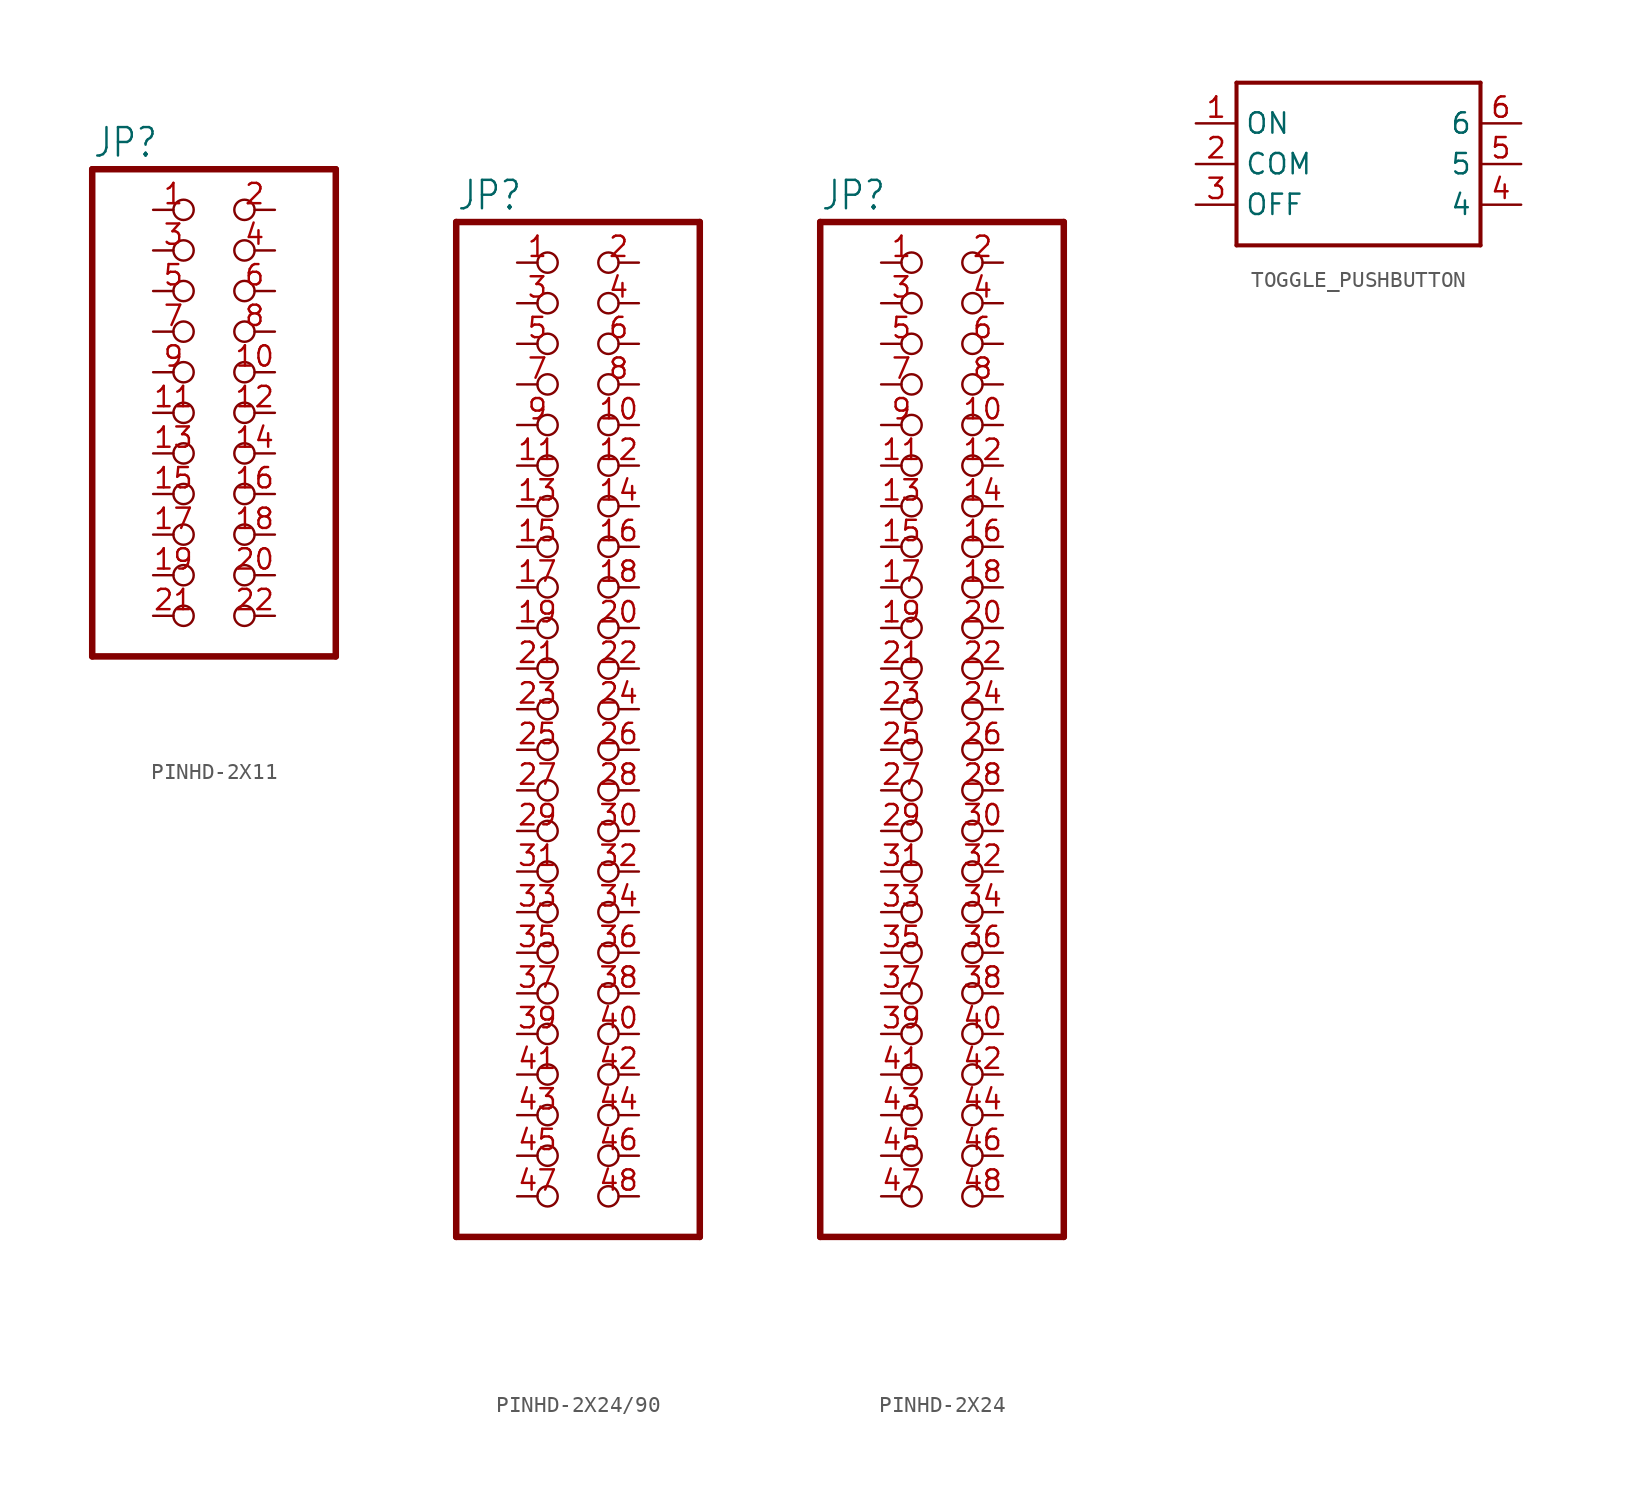
<source format=kicad_sym>
(kicad_symbol_lib
  (version 20231120)
  (generator "kicad_symbol_editor")
  (generator_version "8.0")
  (symbol "PINHD-2X11"
    (property "Reference" "JP"
      (at -6.35 15.875 0)
      (effects (font (size 1.778 1.511)) (justify left bottom)))
    (property "Value" ""
      (at -6.35 -17.78 0)
      (effects (font (size 1.778 1.511)) (justify left bottom)))
    (property "ki_locked" ""
      (at 0 0 0)
      (effects (font (size 1.27 1.27))))
    (symbol "PINHD-2X11_1_0"
      (polyline (pts (xy -6.35 -15.24) (xy 8.89 -15.24)) (stroke (width 0.406) (type solid)) (fill (type none)))
      (polyline (pts (xy -6.35 15.24) (xy -6.35 -15.24)) (stroke (width 0.406) (type solid)) (fill (type none)))
      (polyline (pts (xy 8.89 -15.24) (xy 8.89 15.24)) (stroke (width 0.406) (type solid)) (fill (type none)))
      (polyline (pts (xy 8.89 15.24) (xy -6.35 15.24)) (stroke (width 0.406) (type solid)) (fill (type none)))
      (pin passive inverted (at -2.54 12.7 0) (length 2.54) (name "1" (effects (font (size 0 0)))) (number "1" (effects (font (size 1.27 1.27)))))
      (pin passive inverted (at 5.08 2.54 180) (length 2.54) (name "10" (effects (font (size 0 0)))) (number "10" (effects (font (size 1.27 1.27)))))
      (pin passive inverted (at -2.54 0 0) (length 2.54) (name "11" (effects (font (size 0 0)))) (number "11" (effects (font (size 1.27 1.27)))))
      (pin passive inverted (at 5.08 0 180) (length 2.54) (name "12" (effects (font (size 0 0)))) (number "12" (effects (font (size 1.27 1.27)))))
      (pin passive inverted (at -2.54 -2.54 0) (length 2.54) (name "13" (effects (font (size 0 0)))) (number "13" (effects (font (size 1.27 1.27)))))
      (pin passive inverted (at 5.08 -2.54 180) (length 2.54) (name "14" (effects (font (size 0 0)))) (number "14" (effects (font (size 1.27 1.27)))))
      (pin passive inverted (at -2.54 -5.08 0) (length 2.54) (name "15" (effects (font (size 0 0)))) (number "15" (effects (font (size 1.27 1.27)))))
      (pin passive inverted (at 5.08 -5.08 180) (length 2.54) (name "16" (effects (font (size 0 0)))) (number "16" (effects (font (size 1.27 1.27)))))
      (pin passive inverted (at -2.54 -7.62 0) (length 2.54) (name "17" (effects (font (size 0 0)))) (number "17" (effects (font (size 1.27 1.27)))))
      (pin passive inverted (at 5.08 -7.62 180) (length 2.54) (name "18" (effects (font (size 0 0)))) (number "18" (effects (font (size 1.27 1.27)))))
      (pin passive inverted (at -2.54 -10.16 0) (length 2.54) (name "19" (effects (font (size 0 0)))) (number "19" (effects (font (size 1.27 1.27)))))
      (pin passive inverted (at 5.08 12.7 180) (length 2.54) (name "2" (effects (font (size 0 0)))) (number "2" (effects (font (size 1.27 1.27)))))
      (pin passive inverted (at 5.08 -10.16 180) (length 2.54) (name "20" (effects (font (size 0 0)))) (number "20" (effects (font (size 1.27 1.27)))))
      (pin passive inverted (at -2.54 -12.7 0) (length 2.54) (name "21" (effects (font (size 0 0)))) (number "21" (effects (font (size 1.27 1.27)))))
      (pin passive inverted (at 5.08 -12.7 180) (length 2.54) (name "22" (effects (font (size 0 0)))) (number "22" (effects (font (size 1.27 1.27)))))
      (pin passive inverted (at -2.54 10.16 0) (length 2.54) (name "3" (effects (font (size 0 0)))) (number "3" (effects (font (size 1.27 1.27)))))
      (pin passive inverted (at 5.08 10.16 180) (length 2.54) (name "4" (effects (font (size 0 0)))) (number "4" (effects (font (size 1.27 1.27)))))
      (pin passive inverted (at -2.54 7.62 0) (length 2.54) (name "5" (effects (font (size 0 0)))) (number "5" (effects (font (size 1.27 1.27)))))
      (pin passive inverted (at 5.08 7.62 180) (length 2.54) (name "6" (effects (font (size 0 0)))) (number "6" (effects (font (size 1.27 1.27)))))
      (pin passive inverted (at -2.54 5.08 0) (length 2.54) (name "7" (effects (font (size 0 0)))) (number "7" (effects (font (size 1.27 1.27)))))
      (pin passive inverted (at 5.08 5.08 180) (length 2.54) (name "8" (effects (font (size 0 0)))) (number "8" (effects (font (size 1.27 1.27)))))
      (pin passive inverted (at -2.54 2.54 0) (length 2.54) (name "9" (effects (font (size 0 0)))) (number "9" (effects (font (size 1.27 1.27)))))))
  (symbol "PINHD-2X24/90"
    (property "Reference" "JP"
      (at -6.35 31.115 0)
      (effects (font (size 1.778 1.511)) (justify left bottom)))
    (property "Value" ""
      (at -6.35 -35.56 0)
      (effects (font (size 1.778 1.511)) (justify left bottom)))
    (property "ki_locked" ""
      (at 0 0 0)
      (effects (font (size 1.27 1.27))))
    (symbol "PINHD-2X24/90_1_0"
      (polyline (pts (xy -6.35 -33.02) (xy 8.89 -33.02)) (stroke (width 0.406) (type solid)) (fill (type none)))
      (polyline (pts (xy -6.35 30.48) (xy -6.35 -33.02)) (stroke (width 0.406) (type solid)) (fill (type none)))
      (polyline (pts (xy 8.89 -33.02) (xy 8.89 30.48)) (stroke (width 0.406) (type solid)) (fill (type none)))
      (polyline (pts (xy 8.89 30.48) (xy -6.35 30.48)) (stroke (width 0.406) (type solid)) (fill (type none)))
      (pin passive inverted (at -2.54 27.94 0) (length 2.54) (name "1" (effects (font (size 0 0)))) (number "1" (effects (font (size 1.27 1.27)))))
      (pin passive inverted (at 5.08 17.78 180) (length 2.54) (name "10" (effects (font (size 0 0)))) (number "10" (effects (font (size 1.27 1.27)))))
      (pin passive inverted (at -2.54 15.24 0) (length 2.54) (name "11" (effects (font (size 0 0)))) (number "11" (effects (font (size 1.27 1.27)))))
      (pin passive inverted (at 5.08 15.24 180) (length 2.54) (name "12" (effects (font (size 0 0)))) (number "12" (effects (font (size 1.27 1.27)))))
      (pin passive inverted (at -2.54 12.7 0) (length 2.54) (name "13" (effects (font (size 0 0)))) (number "13" (effects (font (size 1.27 1.27)))))
      (pin passive inverted (at 5.08 12.7 180) (length 2.54) (name "14" (effects (font (size 0 0)))) (number "14" (effects (font (size 1.27 1.27)))))
      (pin passive inverted (at -2.54 10.16 0) (length 2.54) (name "15" (effects (font (size 0 0)))) (number "15" (effects (font (size 1.27 1.27)))))
      (pin passive inverted (at 5.08 10.16 180) (length 2.54) (name "16" (effects (font (size 0 0)))) (number "16" (effects (font (size 1.27 1.27)))))
      (pin passive inverted (at -2.54 7.62 0) (length 2.54) (name "17" (effects (font (size 0 0)))) (number "17" (effects (font (size 1.27 1.27)))))
      (pin passive inverted (at 5.08 7.62 180) (length 2.54) (name "18" (effects (font (size 0 0)))) (number "18" (effects (font (size 1.27 1.27)))))
      (pin passive inverted (at -2.54 5.08 0) (length 2.54) (name "19" (effects (font (size 0 0)))) (number "19" (effects (font (size 1.27 1.27)))))
      (pin passive inverted (at 5.08 27.94 180) (length 2.54) (name "2" (effects (font (size 0 0)))) (number "2" (effects (font (size 1.27 1.27)))))
      (pin passive inverted (at 5.08 5.08 180) (length 2.54) (name "20" (effects (font (size 0 0)))) (number "20" (effects (font (size 1.27 1.27)))))
      (pin passive inverted (at -2.54 2.54 0) (length 2.54) (name "21" (effects (font (size 0 0)))) (number "21" (effects (font (size 1.27 1.27)))))
      (pin passive inverted (at 5.08 2.54 180) (length 2.54) (name "22" (effects (font (size 0 0)))) (number "22" (effects (font (size 1.27 1.27)))))
      (pin passive inverted (at -2.54 0 0) (length 2.54) (name "23" (effects (font (size 0 0)))) (number "23" (effects (font (size 1.27 1.27)))))
      (pin passive inverted (at 5.08 0 180) (length 2.54) (name "24" (effects (font (size 0 0)))) (number "24" (effects (font (size 1.27 1.27)))))
      (pin passive inverted (at -2.54 -2.54 0) (length 2.54) (name "25" (effects (font (size 0 0)))) (number "25" (effects (font (size 1.27 1.27)))))
      (pin passive inverted (at 5.08 -2.54 180) (length 2.54) (name "26" (effects (font (size 0 0)))) (number "26" (effects (font (size 1.27 1.27)))))
      (pin passive inverted (at -2.54 -5.08 0) (length 2.54) (name "27" (effects (font (size 0 0)))) (number "27" (effects (font (size 1.27 1.27)))))
      (pin passive inverted (at 5.08 -5.08 180) (length 2.54) (name "28" (effects (font (size 0 0)))) (number "28" (effects (font (size 1.27 1.27)))))
      (pin passive inverted (at -2.54 -7.62 0) (length 2.54) (name "29" (effects (font (size 0 0)))) (number "29" (effects (font (size 1.27 1.27)))))
      (pin passive inverted (at -2.54 25.4 0) (length 2.54) (name "3" (effects (font (size 0 0)))) (number "3" (effects (font (size 1.27 1.27)))))
      (pin passive inverted (at 5.08 -7.62 180) (length 2.54) (name "30" (effects (font (size 0 0)))) (number "30" (effects (font (size 1.27 1.27)))))
      (pin passive inverted (at -2.54 -10.16 0) (length 2.54) (name "31" (effects (font (size 0 0)))) (number "31" (effects (font (size 1.27 1.27)))))
      (pin passive inverted (at 5.08 -10.16 180) (length 2.54) (name "32" (effects (font (size 0 0)))) (number "32" (effects (font (size 1.27 1.27)))))
      (pin passive inverted (at -2.54 -12.7 0) (length 2.54) (name "33" (effects (font (size 0 0)))) (number "33" (effects (font (size 1.27 1.27)))))
      (pin passive inverted (at 5.08 -12.7 180) (length 2.54) (name "34" (effects (font (size 0 0)))) (number "34" (effects (font (size 1.27 1.27)))))
      (pin passive inverted (at -2.54 -15.24 0) (length 2.54) (name "35" (effects (font (size 0 0)))) (number "35" (effects (font (size 1.27 1.27)))))
      (pin passive inverted (at 5.08 -15.24 180) (length 2.54) (name "36" (effects (font (size 0 0)))) (number "36" (effects (font (size 1.27 1.27)))))
      (pin passive inverted (at -2.54 -17.78 0) (length 2.54) (name "37" (effects (font (size 0 0)))) (number "37" (effects (font (size 1.27 1.27)))))
      (pin passive inverted (at 5.08 -17.78 180) (length 2.54) (name "38" (effects (font (size 0 0)))) (number "38" (effects (font (size 1.27 1.27)))))
      (pin passive inverted (at -2.54 -20.32 0) (length 2.54) (name "39" (effects (font (size 0 0)))) (number "39" (effects (font (size 1.27 1.27)))))
      (pin passive inverted (at 5.08 25.4 180) (length 2.54) (name "4" (effects (font (size 0 0)))) (number "4" (effects (font (size 1.27 1.27)))))
      (pin passive inverted (at 5.08 -20.32 180) (length 2.54) (name "40" (effects (font (size 0 0)))) (number "40" (effects (font (size 1.27 1.27)))))
      (pin passive inverted (at -2.54 -22.86 0) (length 2.54) (name "41" (effects (font (size 0 0)))) (number "41" (effects (font (size 1.27 1.27)))))
      (pin passive inverted (at 5.08 -22.86 180) (length 2.54) (name "42" (effects (font (size 0 0)))) (number "42" (effects (font (size 1.27 1.27)))))
      (pin passive inverted (at -2.54 -25.4 0) (length 2.54) (name "43" (effects (font (size 0 0)))) (number "43" (effects (font (size 1.27 1.27)))))
      (pin passive inverted (at 5.08 -25.4 180) (length 2.54) (name "44" (effects (font (size 0 0)))) (number "44" (effects (font (size 1.27 1.27)))))
      (pin passive inverted (at -2.54 -27.94 0) (length 2.54) (name "45" (effects (font (size 0 0)))) (number "45" (effects (font (size 1.27 1.27)))))
      (pin passive inverted (at 5.08 -27.94 180) (length 2.54) (name "46" (effects (font (size 0 0)))) (number "46" (effects (font (size 1.27 1.27)))))
      (pin passive inverted (at -2.54 -30.48 0) (length 2.54) (name "47" (effects (font (size 0 0)))) (number "47" (effects (font (size 1.27 1.27)))))
      (pin passive inverted (at 5.08 -30.48 180) (length 2.54) (name "48" (effects (font (size 0 0)))) (number "48" (effects (font (size 1.27 1.27)))))
      (pin passive inverted (at -2.54 22.86 0) (length 2.54) (name "5" (effects (font (size 0 0)))) (number "5" (effects (font (size 1.27 1.27)))))
      (pin passive inverted (at 5.08 22.86 180) (length 2.54) (name "6" (effects (font (size 0 0)))) (number "6" (effects (font (size 1.27 1.27)))))
      (pin passive inverted (at -2.54 20.32 0) (length 2.54) (name "7" (effects (font (size 0 0)))) (number "7" (effects (font (size 1.27 1.27)))))
      (pin passive inverted (at 5.08 20.32 180) (length 2.54) (name "8" (effects (font (size 0 0)))) (number "8" (effects (font (size 1.27 1.27)))))
      (pin passive inverted (at -2.54 17.78 0) (length 2.54) (name "9" (effects (font (size 0 0)))) (number "9" (effects (font (size 1.27 1.27)))))))
  (symbol "PINHD-2X24"
    (property "Reference" "JP"
      (at -6.35 31.115 0)
      (effects (font (size 1.778 1.511)) (justify left bottom)))
    (property "Value" ""
      (at -6.35 -35.56 0)
      (effects (font (size 1.778 1.511)) (justify left bottom)))
    (property "ki_locked" ""
      (at 0 0 0)
      (effects (font (size 1.27 1.27))))
    (symbol "PINHD-2X24_1_0"
      (polyline (pts (xy -6.35 -33.02) (xy 8.89 -33.02)) (stroke (width 0.406) (type solid)) (fill (type none)))
      (polyline (pts (xy -6.35 30.48) (xy -6.35 -33.02)) (stroke (width 0.406) (type solid)) (fill (type none)))
      (polyline (pts (xy 8.89 -33.02) (xy 8.89 30.48)) (stroke (width 0.406) (type solid)) (fill (type none)))
      (polyline (pts (xy 8.89 30.48) (xy -6.35 30.48)) (stroke (width 0.406) (type solid)) (fill (type none)))
      (pin passive inverted (at -2.54 27.94 0) (length 2.54) (name "1" (effects (font (size 0 0)))) (number "1" (effects (font (size 1.27 1.27)))))
      (pin passive inverted (at 5.08 17.78 180) (length 2.54) (name "10" (effects (font (size 0 0)))) (number "10" (effects (font (size 1.27 1.27)))))
      (pin passive inverted (at -2.54 15.24 0) (length 2.54) (name "11" (effects (font (size 0 0)))) (number "11" (effects (font (size 1.27 1.27)))))
      (pin passive inverted (at 5.08 15.24 180) (length 2.54) (name "12" (effects (font (size 0 0)))) (number "12" (effects (font (size 1.27 1.27)))))
      (pin passive inverted (at -2.54 12.7 0) (length 2.54) (name "13" (effects (font (size 0 0)))) (number "13" (effects (font (size 1.27 1.27)))))
      (pin passive inverted (at 5.08 12.7 180) (length 2.54) (name "14" (effects (font (size 0 0)))) (number "14" (effects (font (size 1.27 1.27)))))
      (pin passive inverted (at -2.54 10.16 0) (length 2.54) (name "15" (effects (font (size 0 0)))) (number "15" (effects (font (size 1.27 1.27)))))
      (pin passive inverted (at 5.08 10.16 180) (length 2.54) (name "16" (effects (font (size 0 0)))) (number "16" (effects (font (size 1.27 1.27)))))
      (pin passive inverted (at -2.54 7.62 0) (length 2.54) (name "17" (effects (font (size 0 0)))) (number "17" (effects (font (size 1.27 1.27)))))
      (pin passive inverted (at 5.08 7.62 180) (length 2.54) (name "18" (effects (font (size 0 0)))) (number "18" (effects (font (size 1.27 1.27)))))
      (pin passive inverted (at -2.54 5.08 0) (length 2.54) (name "19" (effects (font (size 0 0)))) (number "19" (effects (font (size 1.27 1.27)))))
      (pin passive inverted (at 5.08 27.94 180) (length 2.54) (name "2" (effects (font (size 0 0)))) (number "2" (effects (font (size 1.27 1.27)))))
      (pin passive inverted (at 5.08 5.08 180) (length 2.54) (name "20" (effects (font (size 0 0)))) (number "20" (effects (font (size 1.27 1.27)))))
      (pin passive inverted (at -2.54 2.54 0) (length 2.54) (name "21" (effects (font (size 0 0)))) (number "21" (effects (font (size 1.27 1.27)))))
      (pin passive inverted (at 5.08 2.54 180) (length 2.54) (name "22" (effects (font (size 0 0)))) (number "22" (effects (font (size 1.27 1.27)))))
      (pin passive inverted (at -2.54 0 0) (length 2.54) (name "23" (effects (font (size 0 0)))) (number "23" (effects (font (size 1.27 1.27)))))
      (pin passive inverted (at 5.08 0 180) (length 2.54) (name "24" (effects (font (size 0 0)))) (number "24" (effects (font (size 1.27 1.27)))))
      (pin passive inverted (at -2.54 -2.54 0) (length 2.54) (name "25" (effects (font (size 0 0)))) (number "25" (effects (font (size 1.27 1.27)))))
      (pin passive inverted (at 5.08 -2.54 180) (length 2.54) (name "26" (effects (font (size 0 0)))) (number "26" (effects (font (size 1.27 1.27)))))
      (pin passive inverted (at -2.54 -5.08 0) (length 2.54) (name "27" (effects (font (size 0 0)))) (number "27" (effects (font (size 1.27 1.27)))))
      (pin passive inverted (at 5.08 -5.08 180) (length 2.54) (name "28" (effects (font (size 0 0)))) (number "28" (effects (font (size 1.27 1.27)))))
      (pin passive inverted (at -2.54 -7.62 0) (length 2.54) (name "29" (effects (font (size 0 0)))) (number "29" (effects (font (size 1.27 1.27)))))
      (pin passive inverted (at -2.54 25.4 0) (length 2.54) (name "3" (effects (font (size 0 0)))) (number "3" (effects (font (size 1.27 1.27)))))
      (pin passive inverted (at 5.08 -7.62 180) (length 2.54) (name "30" (effects (font (size 0 0)))) (number "30" (effects (font (size 1.27 1.27)))))
      (pin passive inverted (at -2.54 -10.16 0) (length 2.54) (name "31" (effects (font (size 0 0)))) (number "31" (effects (font (size 1.27 1.27)))))
      (pin passive inverted (at 5.08 -10.16 180) (length 2.54) (name "32" (effects (font (size 0 0)))) (number "32" (effects (font (size 1.27 1.27)))))
      (pin passive inverted (at -2.54 -12.7 0) (length 2.54) (name "33" (effects (font (size 0 0)))) (number "33" (effects (font (size 1.27 1.27)))))
      (pin passive inverted (at 5.08 -12.7 180) (length 2.54) (name "34" (effects (font (size 0 0)))) (number "34" (effects (font (size 1.27 1.27)))))
      (pin passive inverted (at -2.54 -15.24 0) (length 2.54) (name "35" (effects (font (size 0 0)))) (number "35" (effects (font (size 1.27 1.27)))))
      (pin passive inverted (at 5.08 -15.24 180) (length 2.54) (name "36" (effects (font (size 0 0)))) (number "36" (effects (font (size 1.27 1.27)))))
      (pin passive inverted (at -2.54 -17.78 0) (length 2.54) (name "37" (effects (font (size 0 0)))) (number "37" (effects (font (size 1.27 1.27)))))
      (pin passive inverted (at 5.08 -17.78 180) (length 2.54) (name "38" (effects (font (size 0 0)))) (number "38" (effects (font (size 1.27 1.27)))))
      (pin passive inverted (at -2.54 -20.32 0) (length 2.54) (name "39" (effects (font (size 0 0)))) (number "39" (effects (font (size 1.27 1.27)))))
      (pin passive inverted (at 5.08 25.4 180) (length 2.54) (name "4" (effects (font (size 0 0)))) (number "4" (effects (font (size 1.27 1.27)))))
      (pin passive inverted (at 5.08 -20.32 180) (length 2.54) (name "40" (effects (font (size 0 0)))) (number "40" (effects (font (size 1.27 1.27)))))
      (pin passive inverted (at -2.54 -22.86 0) (length 2.54) (name "41" (effects (font (size 0 0)))) (number "41" (effects (font (size 1.27 1.27)))))
      (pin passive inverted (at 5.08 -22.86 180) (length 2.54) (name "42" (effects (font (size 0 0)))) (number "42" (effects (font (size 1.27 1.27)))))
      (pin passive inverted (at -2.54 -25.4 0) (length 2.54) (name "43" (effects (font (size 0 0)))) (number "43" (effects (font (size 1.27 1.27)))))
      (pin passive inverted (at 5.08 -25.4 180) (length 2.54) (name "44" (effects (font (size 0 0)))) (number "44" (effects (font (size 1.27 1.27)))))
      (pin passive inverted (at -2.54 -27.94 0) (length 2.54) (name "45" (effects (font (size 0 0)))) (number "45" (effects (font (size 1.27 1.27)))))
      (pin passive inverted (at 5.08 -27.94 180) (length 2.54) (name "46" (effects (font (size 0 0)))) (number "46" (effects (font (size 1.27 1.27)))))
      (pin passive inverted (at -2.54 -30.48 0) (length 2.54) (name "47" (effects (font (size 0 0)))) (number "47" (effects (font (size 1.27 1.27)))))
      (pin passive inverted (at 5.08 -30.48 180) (length 2.54) (name "48" (effects (font (size 0 0)))) (number "48" (effects (font (size 1.27 1.27)))))
      (pin passive inverted (at -2.54 22.86 0) (length 2.54) (name "5" (effects (font (size 0 0)))) (number "5" (effects (font (size 1.27 1.27)))))
      (pin passive inverted (at 5.08 22.86 180) (length 2.54) (name "6" (effects (font (size 0 0)))) (number "6" (effects (font (size 1.27 1.27)))))
      (pin passive inverted (at -2.54 20.32 0) (length 2.54) (name "7" (effects (font (size 0 0)))) (number "7" (effects (font (size 1.27 1.27)))))
      (pin passive inverted (at 5.08 20.32 180) (length 2.54) (name "8" (effects (font (size 0 0)))) (number "8" (effects (font (size 1.27 1.27)))))
      (pin passive inverted (at -2.54 17.78 0) (length 2.54) (name "9" (effects (font (size 0 0)))) (number "9" (effects (font (size 1.27 1.27)))))))
  (symbol "TOGGLE_PUSHBUTTON"
    (property "Reference" ""
      (at 0 0 0)
      (effects (font (size 1.27 1.27)) (hide yes)))
    (property "ki_locked" ""
      (at 0 0 0)
      (effects (font (size 1.27 1.27))))
    (symbol "TOGGLE_PUSHBUTTON_1_0"
      (polyline (pts (xy -5.08 -5.08) (xy 10.16 -5.08)) (stroke (width 0.254) (type solid)) (fill (type none)))
      (polyline (pts (xy -5.08 5.08) (xy -5.08 -5.08)) (stroke (width 0.254) (type solid)) (fill (type none)))
      (polyline (pts (xy 10.16 -5.08) (xy 10.16 5.08)) (stroke (width 0.254) (type solid)) (fill (type none)))
      (polyline (pts (xy 10.16 5.08) (xy -5.08 5.08)) (stroke (width 0.254) (type solid)) (fill (type none)))
      (pin bidirectional line (at -7.62 2.54 0) (length 2.54) (name "ON" (effects (font (size 1.27 1.27)))) (number "1" (effects (font (size 1.27 1.27)))))
      (pin bidirectional line (at -7.62 0 0) (length 2.54) (name "COM" (effects (font (size 1.27 1.27)))) (number "2" (effects (font (size 1.27 1.27)))))
      (pin bidirectional line (at -7.62 -2.54 0) (length 2.54) (name "OFF" (effects (font (size 1.27 1.27)))) (number "3" (effects (font (size 1.27 1.27)))))
      (pin bidirectional line (at 12.7 -2.54 180) (length 2.54) (name "4" (effects (font (size 1.27 1.27)))) (number "4" (effects (font (size 1.27 1.27)))))
      (pin bidirectional line (at 12.7 0 180) (length 2.54) (name "5" (effects (font (size 1.27 1.27)))) (number "5" (effects (font (size 1.27 1.27)))))
      (pin bidirectional line (at 12.7 2.54 180) (length 2.54) (name "6" (effects (font (size 1.27 1.27)))) (number "6" (effects (font (size 1.27 1.27))))))))
</source>
